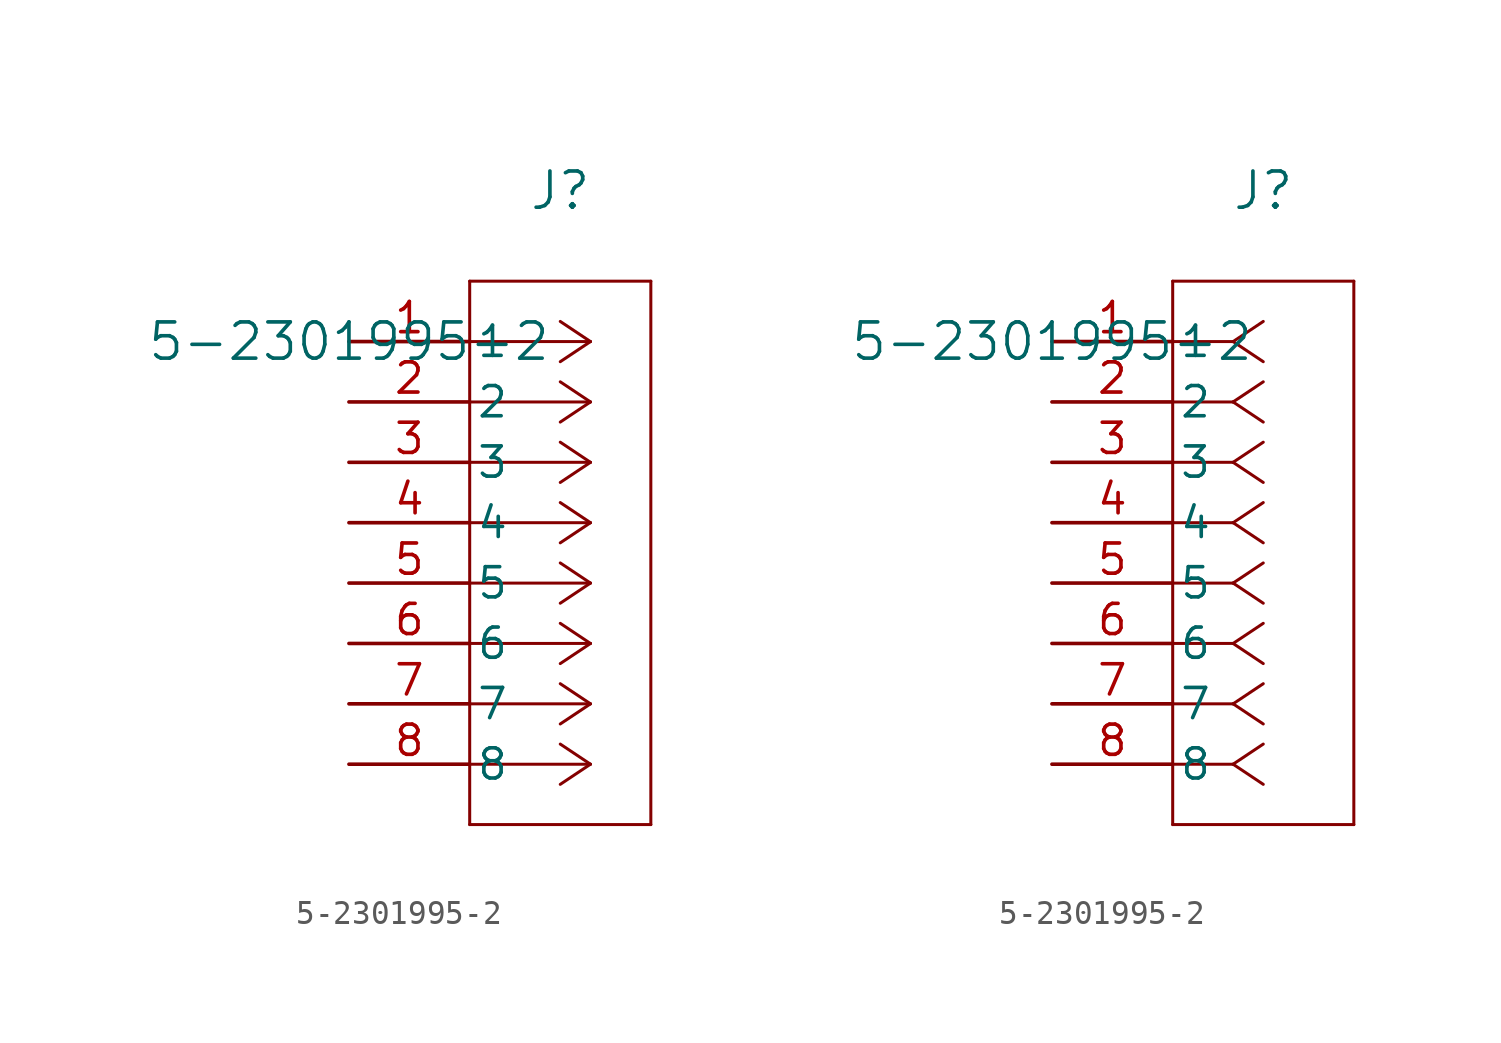
<source format=kicad_sym>
(kicad_symbol_lib
  (version 20211014)
  (generator kicad_symbol_editor)
  (symbol "5-2301995-2"
    (pin_names
      (offset 0.254))
    (property "Reference" "J"
      (at 8.89 6.35 0)
      (effects (font (size 1.524 1.524))))
    (property "Value" "5-2301995-2"
      (at 0 0 0)
      (effects (font (size 1.524 1.524))))
    (symbol "5-2301995-2_1_1"
      (polyline (pts (xy 10.16 0) (xy 5.08 0)) (stroke (width 0.127) (type default) (color 0 0 0 0)) (fill (type none)))
      (polyline (pts (xy 10.16 -2.54) (xy 5.08 -2.54)) (stroke (width 0.127) (type default) (color 0 0 0 0)) (fill (type none)))
      (polyline (pts (xy 10.16 -5.08) (xy 5.08 -5.08)) (stroke (width 0.127) (type default) (color 0 0 0 0)) (fill (type none)))
      (polyline (pts (xy 10.16 -7.62) (xy 5.08 -7.62)) (stroke (width 0.127) (type default) (color 0 0 0 0)) (fill (type none)))
      (polyline (pts (xy 10.16 -10.16) (xy 5.08 -10.16)) (stroke (width 0.127) (type default) (color 0 0 0 0)) (fill (type none)))
      (polyline (pts (xy 10.16 -12.7) (xy 5.08 -12.7)) (stroke (width 0.127) (type default) (color 0 0 0 0)) (fill (type none)))
      (polyline (pts (xy 10.16 -15.24) (xy 5.08 -15.24)) (stroke (width 0.127) (type default) (color 0 0 0 0)) (fill (type none)))
      (polyline (pts (xy 10.16 -17.78) (xy 5.08 -17.78)) (stroke (width 0.127) (type default) (color 0 0 0 0)) (fill (type none)))
      (polyline (pts (xy 10.16 0) (xy 8.89 0.847)) (stroke (width 0.127) (type default) (color 0 0 0 0)) (fill (type none)))
      (polyline (pts (xy 10.16 -2.54) (xy 8.89 -1.693)) (stroke (width 0.127) (type default) (color 0 0 0 0)) (fill (type none)))
      (polyline (pts (xy 10.16 -5.08) (xy 8.89 -4.233)) (stroke (width 0.127) (type default) (color 0 0 0 0)) (fill (type none)))
      (polyline (pts (xy 10.16 -7.62) (xy 8.89 -6.773)) (stroke (width 0.127) (type default) (color 0 0 0 0)) (fill (type none)))
      (polyline (pts (xy 10.16 -10.16) (xy 8.89 -9.313)) (stroke (width 0.127) (type default) (color 0 0 0 0)) (fill (type none)))
      (polyline (pts (xy 10.16 -12.7) (xy 8.89 -11.853)) (stroke (width 0.127) (type default) (color 0 0 0 0)) (fill (type none)))
      (polyline (pts (xy 10.16 -15.24) (xy 8.89 -14.393)) (stroke (width 0.127) (type default) (color 0 0 0 0)) (fill (type none)))
      (polyline (pts (xy 10.16 -17.78) (xy 8.89 -16.933)) (stroke (width 0.127) (type default) (color 0 0 0 0)) (fill (type none)))
      (polyline (pts (xy 10.16 0) (xy 8.89 -0.847)) (stroke (width 0.127) (type default) (color 0 0 0 0)) (fill (type none)))
      (polyline (pts (xy 10.16 -2.54) (xy 8.89 -3.387)) (stroke (width 0.127) (type default) (color 0 0 0 0)) (fill (type none)))
      (polyline (pts (xy 10.16 -5.08) (xy 8.89 -5.927)) (stroke (width 0.127) (type default) (color 0 0 0 0)) (fill (type none)))
      (polyline (pts (xy 10.16 -7.62) (xy 8.89 -8.467)) (stroke (width 0.127) (type default) (color 0 0 0 0)) (fill (type none)))
      (polyline (pts (xy 10.16 -10.16) (xy 8.89 -11.007)) (stroke (width 0.127) (type default) (color 0 0 0 0)) (fill (type none)))
      (polyline (pts (xy 10.16 -12.7) (xy 8.89 -13.547)) (stroke (width 0.127) (type default) (color 0 0 0 0)) (fill (type none)))
      (polyline (pts (xy 10.16 -15.24) (xy 8.89 -16.087)) (stroke (width 0.127) (type default) (color 0 0 0 0)) (fill (type none)))
      (polyline (pts (xy 10.16 -17.78) (xy 8.89 -18.627)) (stroke (width 0.127) (type default) (color 0 0 0 0)) (fill (type none)))
      (polyline (pts (xy 5.08 2.54) (xy 5.08 -20.32)) (stroke (width 0.127) (type default) (color 0 0 0 0)) (fill (type none)))
      (polyline (pts (xy 5.08 -20.32) (xy 12.7 -20.32)) (stroke (width 0.127) (type default) (color 0 0 0 0)) (fill (type none)))
      (polyline (pts (xy 12.7 -20.32) (xy 12.7 2.54)) (stroke (width 0.127) (type default) (color 0 0 0 0)) (fill (type none)))
      (polyline (pts (xy 12.7 2.54) (xy 5.08 2.54)) (stroke (width 0.127) (type default) (color 0 0 0 0)) (fill (type none)))
      (pin unspecified line (at 0 0 0) (length 5.08) (name "1" (effects (font (size 1.27 1.27)))) (number "1" (effects (font (size 1.27 1.27)))))
      (pin unspecified line (at 0 -2.54 0) (length 5.08) (name "2" (effects (font (size 1.27 1.27)))) (number "2" (effects (font (size 1.27 1.27)))))
      (pin unspecified line (at 0 -5.08 0) (length 5.08) (name "3" (effects (font (size 1.27 1.27)))) (number "3" (effects (font (size 1.27 1.27)))))
      (pin unspecified line (at 0 -7.62 0) (length 5.08) (name "4" (effects (font (size 1.27 1.27)))) (number "4" (effects (font (size 1.27 1.27)))))
      (pin unspecified line (at 0 -10.16 0) (length 5.08) (name "5" (effects (font (size 1.27 1.27)))) (number "5" (effects (font (size 1.27 1.27)))))
      (pin unspecified line (at 0 -12.7 0) (length 5.08) (name "6" (effects (font (size 1.27 1.27)))) (number "6" (effects (font (size 1.27 1.27)))))
      (pin unspecified line (at 0 -15.24 0) (length 5.08) (name "7" (effects (font (size 1.27 1.27)))) (number "7" (effects (font (size 1.27 1.27)))))
      (pin unspecified line (at 0 -17.78 0) (length 5.08) (name "8" (effects (font (size 1.27 1.27)))) (number "8" (effects (font (size 1.27 1.27))))))
    (symbol "5-2301995-2_1_2"
      (polyline (pts (xy 7.62 0) (xy 5.08 0)) (stroke (width 0.127) (type default) (color 0 0 0 0)) (fill (type none)))
      (polyline (pts (xy 7.62 -2.54) (xy 5.08 -2.54)) (stroke (width 0.127) (type default) (color 0 0 0 0)) (fill (type none)))
      (polyline (pts (xy 7.62 -5.08) (xy 5.08 -5.08)) (stroke (width 0.127) (type default) (color 0 0 0 0)) (fill (type none)))
      (polyline (pts (xy 7.62 -7.62) (xy 5.08 -7.62)) (stroke (width 0.127) (type default) (color 0 0 0 0)) (fill (type none)))
      (polyline (pts (xy 7.62 -10.16) (xy 5.08 -10.16)) (stroke (width 0.127) (type default) (color 0 0 0 0)) (fill (type none)))
      (polyline (pts (xy 7.62 -12.7) (xy 5.08 -12.7)) (stroke (width 0.127) (type default) (color 0 0 0 0)) (fill (type none)))
      (polyline (pts (xy 7.62 -15.24) (xy 5.08 -15.24)) (stroke (width 0.127) (type default) (color 0 0 0 0)) (fill (type none)))
      (polyline (pts (xy 7.62 -17.78) (xy 5.08 -17.78)) (stroke (width 0.127) (type default) (color 0 0 0 0)) (fill (type none)))
      (polyline (pts (xy 7.62 0) (xy 8.89 0.847)) (stroke (width 0.127) (type default) (color 0 0 0 0)) (fill (type none)))
      (polyline (pts (xy 7.62 -2.54) (xy 8.89 -1.693)) (stroke (width 0.127) (type default) (color 0 0 0 0)) (fill (type none)))
      (polyline (pts (xy 7.62 -5.08) (xy 8.89 -4.233)) (stroke (width 0.127) (type default) (color 0 0 0 0)) (fill (type none)))
      (polyline (pts (xy 7.62 -7.62) (xy 8.89 -6.773)) (stroke (width 0.127) (type default) (color 0 0 0 0)) (fill (type none)))
      (polyline (pts (xy 7.62 -10.16) (xy 8.89 -9.313)) (stroke (width 0.127) (type default) (color 0 0 0 0)) (fill (type none)))
      (polyline (pts (xy 7.62 -12.7) (xy 8.89 -11.853)) (stroke (width 0.127) (type default) (color 0 0 0 0)) (fill (type none)))
      (polyline (pts (xy 7.62 -15.24) (xy 8.89 -14.393)) (stroke (width 0.127) (type default) (color 0 0 0 0)) (fill (type none)))
      (polyline (pts (xy 7.62 -17.78) (xy 8.89 -16.933)) (stroke (width 0.127) (type default) (color 0 0 0 0)) (fill (type none)))
      (polyline (pts (xy 7.62 0) (xy 8.89 -0.847)) (stroke (width 0.127) (type default) (color 0 0 0 0)) (fill (type none)))
      (polyline (pts (xy 7.62 -2.54) (xy 8.89 -3.387)) (stroke (width 0.127) (type default) (color 0 0 0 0)) (fill (type none)))
      (polyline (pts (xy 7.62 -5.08) (xy 8.89 -5.927)) (stroke (width 0.127) (type default) (color 0 0 0 0)) (fill (type none)))
      (polyline (pts (xy 7.62 -7.62) (xy 8.89 -8.467)) (stroke (width 0.127) (type default) (color 0 0 0 0)) (fill (type none)))
      (polyline (pts (xy 7.62 -10.16) (xy 8.89 -11.007)) (stroke (width 0.127) (type default) (color 0 0 0 0)) (fill (type none)))
      (polyline (pts (xy 7.62 -12.7) (xy 8.89 -13.547)) (stroke (width 0.127) (type default) (color 0 0 0 0)) (fill (type none)))
      (polyline (pts (xy 7.62 -15.24) (xy 8.89 -16.087)) (stroke (width 0.127) (type default) (color 0 0 0 0)) (fill (type none)))
      (polyline (pts (xy 7.62 -17.78) (xy 8.89 -18.627)) (stroke (width 0.127) (type default) (color 0 0 0 0)) (fill (type none)))
      (polyline (pts (xy 5.08 2.54) (xy 5.08 -20.32)) (stroke (width 0.127) (type default) (color 0 0 0 0)) (fill (type none)))
      (polyline (pts (xy 5.08 -20.32) (xy 12.7 -20.32)) (stroke (width 0.127) (type default) (color 0 0 0 0)) (fill (type none)))
      (polyline (pts (xy 12.7 -20.32) (xy 12.7 2.54)) (stroke (width 0.127) (type default) (color 0 0 0 0)) (fill (type none)))
      (polyline (pts (xy 12.7 2.54) (xy 5.08 2.54)) (stroke (width 0.127) (type default) (color 0 0 0 0)) (fill (type none)))
      (pin unspecified line (at 0 0 0) (length 5.08) (name "1" (effects (font (size 1.27 1.27)))) (number "1" (effects (font (size 1.27 1.27)))))
      (pin unspecified line (at 0 -2.54 0) (length 5.08) (name "2" (effects (font (size 1.27 1.27)))) (number "2" (effects (font (size 1.27 1.27)))))
      (pin unspecified line (at 0 -5.08 0) (length 5.08) (name "3" (effects (font (size 1.27 1.27)))) (number "3" (effects (font (size 1.27 1.27)))))
      (pin unspecified line (at 0 -7.62 0) (length 5.08) (name "4" (effects (font (size 1.27 1.27)))) (number "4" (effects (font (size 1.27 1.27)))))
      (pin unspecified line (at 0 -10.16 0) (length 5.08) (name "5" (effects (font (size 1.27 1.27)))) (number "5" (effects (font (size 1.27 1.27)))))
      (pin unspecified line (at 0 -12.7 0) (length 5.08) (name "6" (effects (font (size 1.27 1.27)))) (number "6" (effects (font (size 1.27 1.27)))))
      (pin unspecified line (at 0 -15.24 0) (length 5.08) (name "7" (effects (font (size 1.27 1.27)))) (number "7" (effects (font (size 1.27 1.27)))))
      (pin unspecified line (at 0 -17.78 0) (length 5.08) (name "8" (effects (font (size 1.27 1.27)))) (number "8" (effects (font (size 1.27 1.27))))))))
</source>
